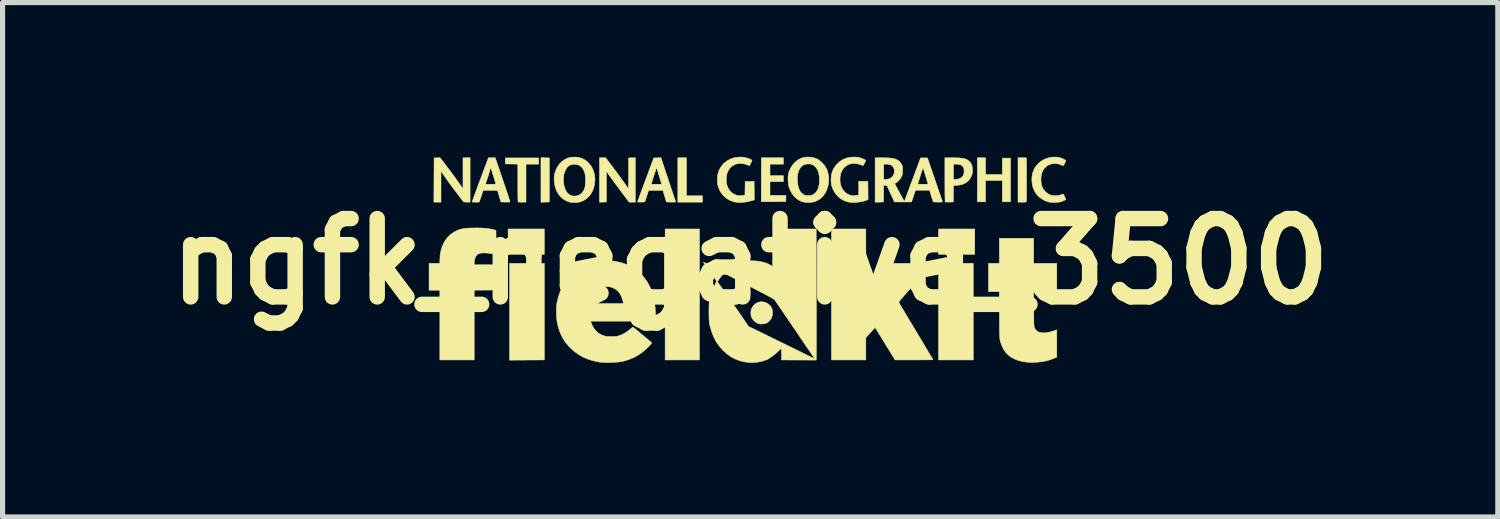
<source format=kicad_pcb>
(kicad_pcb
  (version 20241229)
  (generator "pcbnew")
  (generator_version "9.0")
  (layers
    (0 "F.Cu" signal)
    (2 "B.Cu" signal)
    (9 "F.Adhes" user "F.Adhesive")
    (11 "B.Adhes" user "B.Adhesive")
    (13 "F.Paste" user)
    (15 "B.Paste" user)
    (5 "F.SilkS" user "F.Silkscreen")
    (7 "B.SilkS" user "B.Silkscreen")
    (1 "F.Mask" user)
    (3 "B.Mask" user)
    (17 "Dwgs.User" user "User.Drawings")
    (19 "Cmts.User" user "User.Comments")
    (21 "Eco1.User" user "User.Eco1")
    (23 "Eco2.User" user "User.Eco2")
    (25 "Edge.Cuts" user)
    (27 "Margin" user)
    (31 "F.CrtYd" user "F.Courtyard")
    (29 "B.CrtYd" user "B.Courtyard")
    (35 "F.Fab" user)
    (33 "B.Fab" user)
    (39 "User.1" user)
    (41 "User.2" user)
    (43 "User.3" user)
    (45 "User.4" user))
  (footprint "ngfk_negative_3500"
    (layer "F.Cu")
    (at 11.546 2.037)
    (property "Reference" "ngfk_negative_3500" (at 0 0 0) (layer "F.SilkS") (effects (font (size 1.524 1.524) (thickness 0.3))))
    (attr through_hole)
    (fp_poly (pts (xy -4.006 -0.138) (xy -4.71 -0.138) (xy -4.71 -0.631) (xy -4.006 -0.631) (xy -4.006 -0.138)) (stroke (width 0.01) (type solid)) (fill yes) (layer "F.SilkS"))
    (fp_poly (pts (xy -0.987 1.916) (xy -1.655 1.916) (xy -1.655 -0.631) (xy -0.987 -0.631) (xy -0.987 1.916)) (stroke (width 0.01) (type solid)) (fill yes) (layer "F.SilkS"))
    (fp_poly (pts (xy 4.34 1.916) (xy 3.665 1.916) (xy 3.665 0.036) (xy 4.34 0.036) (xy 4.34 1.916)) (stroke (width 0.01) (type solid)) (fill yes) (layer "F.SilkS"))
    (fp_poly (pts (xy 4.369 -0.138) (xy 3.665 -0.138) (xy 3.665 -0.631) (xy 4.369 -0.631) (xy 4.369 -0.138)) (stroke (width 0.01) (type solid)) (fill yes) (layer "F.SilkS"))
    (fp_poly (pts (xy -4.006 1.916) (xy -4.343 1.918) (xy -4.681 1.92) (xy -4.681 0.036) (xy -4.006 0.036) (xy -4.006 1.916)) (stroke (width 0.01) (type solid)) (fill yes) (layer "F.SilkS"))
    (fp_poly (pts (xy -3.908 -2.014) (xy -3.908 -1.158) (xy -3.99 -1.155) (xy -4.071 -1.153) (xy -4.071 -2.018) (xy -3.908 -2.014)) (stroke (width 0.01) (type solid)) (fill yes) (layer "F.SilkS"))
    (fp_poly (pts (xy -1.241 -1.277) (xy -0.929 -1.277) (xy -0.929 -1.154) (xy -1.408 -1.154) (xy -1.408 -2.017) (xy -1.241 -2.017) (xy -1.241 -1.277)) (stroke (width 0.01) (type solid)) (fill yes) (layer "F.SilkS"))
    (fp_poly (pts (xy 4.579 -1.691) (xy 4.906 -1.691) (xy 4.906 -2.01) (xy 5.065 -2.01) (xy 5.065 -1.161) (xy 4.906 -1.161) (xy 4.906 -1.575) (xy 4.579 -1.575) (xy 4.579 -1.161) (xy 4.42 -1.161) (xy 4.42 -2.017) (xy 4.579 -2.017) (xy 4.579 -1.691)) (stroke (width 0.01) (type solid)) (fill yes) (layer "F.SilkS"))
    (fp_poly (pts (xy -4.114 -1.894) (xy -4.238 -1.894) (xy -4.362 -1.894) (xy -4.362 -1.154) (xy -4.437 -1.154) (xy -4.468 -1.154) (xy -4.494 -1.156) (xy -4.511 -1.157) (xy -4.516 -1.159) (xy -4.517 -1.167) (xy -4.518 -1.188) (xy -4.519 -1.221) (xy -4.52 -1.264) (xy -4.52 -1.316) (xy -4.521 -1.376) (xy -4.521 -1.441) (xy -4.521 -1.512) (xy -4.521 -1.529) (xy -4.521 -1.894) (xy -4.643 -1.896) (xy -4.764 -1.898) (xy -4.764 -2.014) (xy -4.118 -2.014) (xy -4.114 -1.894)) (stroke (width 0.01) (type solid)) (fill yes) (layer "F.SilkS"))
    (fp_poly (pts (xy 0.646 -1.894) (xy 0.385 -1.894) (xy 0.385 -1.669) (xy 0.646 -1.669) (xy 0.646 -1.553) (xy 0.385 -1.553) (xy 0.385 -1.285) (xy 0.697 -1.285) (xy 0.693 -1.165) (xy 0.457 -1.163) (xy 0.4 -1.162) (xy 0.347 -1.162) (xy 0.301 -1.162) (xy 0.264 -1.163) (xy 0.236 -1.163) (xy 0.22 -1.164) (xy 0.217 -1.164) (xy 0.217 -1.172) (xy 0.216 -1.193) (xy 0.216 -1.225) (xy 0.216 -1.269) (xy 0.216 -1.322) (xy 0.215 -1.383) (xy 0.216 -1.45) (xy 0.216 -1.524) (xy 0.216 -1.592) (xy 0.218 -2.017) (xy 0.646 -2.017) (xy 0.646 -1.894)) (stroke (width 0.01) (type solid)) (fill yes) (layer "F.SilkS"))
    (fp_poly (pts (xy 5.373 -1.995) (xy 5.374 -1.983) (xy 5.375 -1.958) (xy 5.375 -1.923) (xy 5.376 -1.878) (xy 5.377 -1.825) (xy 5.377 -1.765) (xy 5.377 -1.702) (xy 5.377 -1.635) (xy 5.377 -1.567) (xy 5.377 -1.5) (xy 5.377 -1.434) (xy 5.377 -1.372) (xy 5.376 -1.316) (xy 5.376 -1.266) (xy 5.375 -1.225) (xy 5.374 -1.194) (xy 5.374 -1.175) (xy 5.373 -1.17) (xy 5.37 -1.163) (xy 5.365 -1.158) (xy 5.355 -1.156) (xy 5.336 -1.154) (xy 5.308 -1.154) (xy 5.29 -1.154) (xy 5.211 -1.154) (xy 5.211 -2.017) (xy 5.368 -2.017) (xy 5.373 -1.995)) (stroke (width 0.01) (type solid)) (fill yes) (layer "F.SilkS"))
    (fp_poly (pts (xy 0.272 0.79) (xy 0.321 0.808) (xy 0.364 0.837) (xy 0.393 0.867) (xy 0.415 0.9) (xy 0.428 0.934) (xy 0.434 0.973) (xy 0.435 1.006) (xy 0.428 1.061) (xy 0.409 1.111) (xy 0.377 1.154) (xy 0.335 1.189) (xy 0.318 1.198) (xy 0.287 1.209) (xy 0.248 1.215) (xy 0.208 1.217) (xy 0.173 1.213) (xy 0.157 1.209) (xy 0.11 1.185) (xy 0.07 1.15) (xy 0.038 1.108) (xy 0.022 1.072) (xy 0.015 1.038) (xy 0.013 0.998) (xy 0.016 0.959) (xy 0.022 0.931) (xy 0.044 0.886) (xy 0.077 0.845) (xy 0.118 0.813) (xy 0.164 0.792) (xy 0.17 0.79) (xy 0.22 0.784) (xy 0.272 0.79)) (stroke (width 0.01) (type solid)) (fill yes) (layer "F.SilkS"))
    (fp_poly (pts (xy -5.987 -1.958) (xy -5.931 -1.884) (xy -5.875 -1.811) (xy -5.822 -1.74) (xy -5.773 -1.673) (xy -5.729 -1.613) (xy -5.691 -1.56) (xy -5.66 -1.517) (xy -5.655 -1.51) (xy -5.588 -1.413) (xy -5.588 -2.017) (xy -5.45 -2.017) (xy -5.45 -1.153) (xy -5.513 -1.155) (xy -5.576 -1.158) (xy -5.705 -1.328) (xy -5.74 -1.374) (xy -5.774 -1.419) (xy -5.805 -1.46) (xy -5.832 -1.496) (xy -5.853 -1.525) (xy -5.867 -1.544) (xy -5.868 -1.546) (xy -5.885 -1.57) (xy -5.908 -1.603) (xy -5.933 -1.639) (xy -5.957 -1.674) (xy -5.959 -1.676) (xy -6.016 -1.759) (xy -6.016 -1.154) (xy -6.154 -1.154) (xy -6.152 -1.584) (xy -6.15 -2.014) (xy -6.092 -2.016) (xy -6.033 -2.018) (xy -5.987 -1.958)) (stroke (width 0.01) (type solid)) (fill yes) (layer "F.SilkS"))
    (fp_poly (pts (xy -2.235 -1.154) (xy -2.295 -1.154) (xy -2.355 -1.154) (xy -2.455 -1.287) (xy -2.526 -1.382) (xy -2.59 -1.467) (xy -2.644 -1.541) (xy -2.69 -1.604) (xy -2.727 -1.655) (xy -2.753 -1.693) (xy -2.771 -1.719) (xy -2.785 -1.74) (xy -2.794 -1.753) (xy -2.797 -1.756) (xy -2.797 -1.749) (xy -2.797 -1.729) (xy -2.797 -1.698) (xy -2.797 -1.656) (xy -2.798 -1.606) (xy -2.798 -1.549) (xy -2.798 -1.487) (xy -2.798 -1.457) (xy -2.798 -1.158) (xy -2.865 -1.155) (xy -2.932 -1.153) (xy -2.932 -2.017) (xy -2.872 -2.017) (xy -2.812 -2.017) (xy -2.786 -1.983) (xy -2.741 -1.923) (xy -2.694 -1.861) (xy -2.648 -1.799) (xy -2.602 -1.738) (xy -2.559 -1.68) (xy -2.52 -1.626) (xy -2.486 -1.579) (xy -2.458 -1.541) (xy -2.438 -1.513) (xy -2.417 -1.482) (xy -2.397 -1.455) (xy -2.383 -1.434) (xy -2.374 -1.422) (xy -2.372 -1.42) (xy -2.371 -1.425) (xy -2.37 -1.444) (xy -2.369 -1.474) (xy -2.368 -1.515) (xy -2.367 -1.564) (xy -2.367 -1.62) (xy -2.366 -1.682) (xy -2.366 -1.714) (xy -2.366 -2.014) (xy -2.301 -2.016) (xy -2.235 -2.018) (xy -2.235 -1.154)) (stroke (width 0.01) (type solid)) (fill yes) (layer "F.SilkS"))
    (fp_poly (pts (xy -5.215 -0.65) (xy -5.14 -0.644) (xy -5.073 -0.635) (xy -5.012 -0.623) (xy -5.008 -0.622) (xy -4.946 -0.606) (xy -4.944 -0.368) (xy -4.943 -0.311) (xy -4.943 -0.259) (xy -4.943 -0.214) (xy -4.943 -0.176) (xy -4.944 -0.149) (xy -4.944 -0.134) (xy -4.944 -0.131) (xy -4.952 -0.132) (xy -4.97 -0.137) (xy -4.996 -0.143) (xy -5.004 -0.146) (xy -5.047 -0.154) (xy -5.094 -0.161) (xy -5.143 -0.165) (xy -5.189 -0.166) (xy -5.228 -0.164) (xy -5.252 -0.16) (xy -5.293 -0.145) (xy -5.324 -0.121) (xy -5.346 -0.087) (xy -5.361 -0.043) (xy -5.368 0.007) (xy -5.372 0.065) (xy -4.942 0.065) (xy -4.944 0.31) (xy -4.946 0.555) (xy -5.158 0.557) (xy -5.37 0.559) (xy -5.37 1.916) (xy -6.038 1.916) (xy -6.038 0.559) (xy -6.248 0.559) (xy -6.248 0.036) (xy -6.038 0.036) (xy -6.038 -0.032) (xy -6.032 -0.13) (xy -6.014 -0.223) (xy -5.986 -0.309) (xy -5.947 -0.387) (xy -5.898 -0.456) (xy -5.84 -0.516) (xy -5.772 -0.566) (xy -5.725 -0.591) (xy -5.687 -0.608) (xy -5.65 -0.622) (xy -5.614 -0.632) (xy -5.575 -0.64) (xy -5.53 -0.645) (xy -5.477 -0.649) (xy -5.413 -0.651) (xy -5.397 -0.651) (xy -5.3 -0.652) (xy -5.215 -0.65)) (stroke (width 0.01) (type solid)) (fill yes) (layer "F.SilkS"))
    (fp_poly (pts (xy 3.939 -2.017) (xy 4.012 -2.016) (xy 4.073 -2.014) (xy 4.123 -2.009) (xy 4.164 -2.001) (xy 4.197 -1.99) (xy 4.226 -1.976) (xy 4.251 -1.958) (xy 4.266 -1.944) (xy 4.291 -1.916) (xy 4.307 -1.887) (xy 4.318 -1.852) (xy 4.323 -1.808) (xy 4.324 -1.793) (xy 4.325 -1.755) (xy 4.323 -1.727) (xy 4.318 -1.702) (xy 4.312 -1.682) (xy 4.284 -1.622) (xy 4.246 -1.572) (xy 4.198 -1.533) (xy 4.141 -1.504) (xy 4.075 -1.487) (xy 4.026 -1.482) (xy 3.955 -1.479) (xy 3.952 -1.158) (xy 3.875 -1.155) (xy 3.843 -1.155) (xy 3.816 -1.156) (xy 3.799 -1.157) (xy 3.793 -1.158) (xy 3.792 -1.166) (xy 3.792 -1.188) (xy 3.791 -1.221) (xy 3.79 -1.265) (xy 3.789 -1.318) (xy 3.789 -1.379) (xy 3.789 -1.447) (xy 3.788 -1.521) (xy 3.788 -1.591) (xy 3.788 -1.894) (xy 3.955 -1.894) (xy 3.955 -1.597) (xy 3.99 -1.597) (xy 4.019 -1.599) (xy 4.051 -1.605) (xy 4.062 -1.607) (xy 4.099 -1.625) (xy 4.125 -1.647) (xy 4.143 -1.67) (xy 4.154 -1.692) (xy 4.16 -1.718) (xy 4.162 -1.753) (xy 4.162 -1.763) (xy 4.157 -1.809) (xy 4.142 -1.844) (xy 4.117 -1.87) (xy 4.081 -1.886) (xy 4.033 -1.893) (xy 4.012 -1.894) (xy 3.955 -1.894) (xy 3.788 -1.894) (xy 3.788 -2.017) (xy 3.939 -2.017)) (stroke (width 0.01) (type solid)) (fill yes) (layer "F.SilkS"))
    (fp_poly (pts (xy 5.515 0.036) (xy 5.965 0.036) (xy 5.965 0.588) (xy 5.515 0.588) (xy 5.517 0.927) (xy 5.517 1.006) (xy 5.518 1.072) (xy 5.518 1.126) (xy 5.519 1.169) (xy 5.52 1.204) (xy 5.521 1.231) (xy 5.523 1.251) (xy 5.524 1.266) (xy 5.527 1.278) (xy 5.529 1.287) (xy 5.533 1.295) (xy 5.535 1.3) (xy 5.561 1.338) (xy 5.597 1.366) (xy 5.642 1.383) (xy 5.696 1.39) (xy 5.759 1.387) (xy 5.83 1.373) (xy 5.895 1.354) (xy 5.965 1.33) (xy 5.965 1.596) (xy 5.965 1.861) (xy 5.909 1.885) (xy 5.831 1.914) (xy 5.753 1.936) (xy 5.671 1.951) (xy 5.582 1.96) (xy 5.53 1.962) (xy 5.488 1.963) (xy 5.443 1.963) (xy 5.403 1.961) (xy 5.378 1.959) (xy 5.281 1.943) (xy 5.193 1.918) (xy 5.115 1.884) (xy 5.047 1.842) (xy 4.991 1.791) (xy 4.977 1.775) (xy 4.942 1.726) (xy 4.91 1.667) (xy 4.883 1.602) (xy 4.868 1.557) (xy 4.865 1.545) (xy 4.862 1.533) (xy 4.86 1.52) (xy 4.858 1.505) (xy 4.856 1.487) (xy 4.855 1.465) (xy 4.854 1.437) (xy 4.853 1.402) (xy 4.852 1.359) (xy 4.851 1.307) (xy 4.851 1.245) (xy 4.85 1.171) (xy 4.85 1.084) (xy 4.85 1.043) (xy 4.847 0.588) (xy 4.637 0.588) (xy 4.637 0.036) (xy 4.848 0.036) (xy 4.848 -0.45) (xy 5.515 -0.45) (xy 5.515 0.036)) (stroke (width 0.01) (type solid)) (fill yes) (layer "F.SilkS"))
    (fp_poly (pts (xy -0.14 -2.029) (xy -0.087 -2.019) (xy -0.037 -2.005) (xy 0.006 -1.987) (xy 0.036 -1.969) (xy 0.034 -1.962) (xy 0.027 -1.946) (xy 0.017 -1.924) (xy 0.005 -1.899) (xy -0.007 -1.876) (xy -0.012 -1.866) (xy -0.019 -1.867) (xy -0.037 -1.872) (xy -0.061 -1.881) (xy -0.067 -1.883) (xy -0.117 -1.898) (xy -0.168 -1.906) (xy -0.174 -1.906) (xy -0.237 -1.904) (xy -0.294 -1.888) (xy -0.346 -1.861) (xy -0.39 -1.821) (xy -0.425 -1.772) (xy -0.45 -1.713) (xy -0.451 -1.713) (xy -0.459 -1.673) (xy -0.464 -1.625) (xy -0.465 -1.574) (xy -0.461 -1.526) (xy -0.455 -1.491) (xy -0.432 -1.431) (xy -0.399 -1.379) (xy -0.358 -1.337) (xy -0.31 -1.306) (xy -0.257 -1.286) (xy -0.199 -1.279) (xy -0.143 -1.284) (xy -0.102 -1.293) (xy -0.1 -1.425) (xy -0.098 -1.557) (xy 0.076 -1.557) (xy 0.078 -1.377) (xy 0.08 -1.198) (xy 0.029 -1.183) (xy -0.062 -1.161) (xy -0.149 -1.149) (xy -0.229 -1.148) (xy -0.302 -1.157) (xy -0.317 -1.161) (xy -0.391 -1.187) (xy -0.457 -1.225) (xy -0.515 -1.273) (xy -0.562 -1.331) (xy -0.595 -1.387) (xy -0.615 -1.436) (xy -0.629 -1.482) (xy -0.636 -1.529) (xy -0.639 -1.584) (xy -0.64 -1.603) (xy -0.633 -1.682) (xy -0.613 -1.756) (xy -0.579 -1.824) (xy -0.533 -1.886) (xy -0.505 -1.915) (xy -0.443 -1.962) (xy -0.374 -1.998) (xy -0.298 -2.021) (xy -0.216 -2.031) (xy -0.192 -2.032) (xy -0.14 -2.029)) (stroke (width 0.01) (type solid)) (fill yes) (layer "F.SilkS"))
    (fp_poly (pts (xy -1.594 -1.591) (xy -1.569 -1.516) (xy -1.545 -1.445) (xy -1.523 -1.379) (xy -1.503 -1.319) (xy -1.486 -1.267) (xy -1.472 -1.224) (xy -1.461 -1.191) (xy -1.454 -1.169) (xy -1.451 -1.159) (xy -1.451 -1.159) (xy -1.458 -1.157) (xy -1.477 -1.156) (xy -1.504 -1.155) (xy -1.538 -1.155) (xy -1.54 -1.155) (xy -1.629 -1.158) (xy -1.649 -1.219) (xy -1.66 -1.256) (xy -1.672 -1.295) (xy -1.682 -1.33) (xy -1.684 -1.334) (xy -1.699 -1.386) (xy -1.838 -1.384) (xy -1.976 -1.382) (xy -2.014 -1.27) (xy -2.051 -1.158) (xy -2.121 -1.155) (xy -2.151 -1.155) (xy -2.175 -1.156) (xy -2.189 -1.158) (xy -2.192 -1.159) (xy -2.189 -1.167) (xy -2.182 -1.187) (xy -2.171 -1.217) (xy -2.157 -1.257) (xy -2.139 -1.304) (xy -2.12 -1.358) (xy -2.098 -1.417) (xy -2.075 -1.479) (xy -2.066 -1.502) (xy -1.925 -1.502) (xy -1.722 -1.502) (xy -1.769 -1.656) (xy -1.782 -1.702) (xy -1.795 -1.743) (xy -1.805 -1.778) (xy -1.813 -1.804) (xy -1.818 -1.819) (xy -1.819 -1.822) (xy -1.822 -1.818) (xy -1.828 -1.802) (xy -1.838 -1.777) (xy -1.849 -1.744) (xy -1.862 -1.706) (xy -1.875 -1.666) (xy -1.889 -1.624) (xy -1.901 -1.584) (xy -1.912 -1.547) (xy -1.92 -1.519) (xy -1.925 -1.502) (xy -2.066 -1.502) (xy -2.051 -1.544) (xy -2.027 -1.609) (xy -2.003 -1.673) (xy -1.98 -1.736) (xy -1.958 -1.794) (xy -1.938 -1.848) (xy -1.921 -1.895) (xy -1.906 -1.933) (xy -1.895 -1.963) (xy -1.888 -1.981) (xy -1.875 -2.014) (xy -1.806 -2.016) (xy -1.736 -2.018) (xy -1.594 -1.591)) (stroke (width 0.01) (type solid)) (fill yes) (layer "F.SilkS"))
    (fp_poly (pts (xy 2.072 -2.03) (xy 2.106 -2.025) (xy 2.132 -2.018) (xy 2.161 -2.009) (xy 2.191 -1.997) (xy 2.217 -1.986) (xy 2.238 -1.976) (xy 2.249 -1.968) (xy 2.25 -1.966) (xy 2.247 -1.958) (xy 2.238 -1.941) (xy 2.227 -1.92) (xy 2.216 -1.898) (xy 2.205 -1.879) (xy 2.198 -1.867) (xy 2.195 -1.865) (xy 2.188 -1.867) (xy 2.171 -1.874) (xy 2.147 -1.883) (xy 2.144 -1.884) (xy 2.077 -1.902) (xy 2.014 -1.907) (xy 1.954 -1.9) (xy 1.9 -1.88) (xy 1.851 -1.848) (xy 1.81 -1.805) (xy 1.778 -1.752) (xy 1.762 -1.711) (xy 1.753 -1.668) (xy 1.748 -1.617) (xy 1.748 -1.565) (xy 1.753 -1.517) (xy 1.756 -1.502) (xy 1.777 -1.44) (xy 1.808 -1.388) (xy 1.847 -1.344) (xy 1.894 -1.311) (xy 1.946 -1.289) (xy 2.003 -1.279) (xy 2.062 -1.283) (xy 2.07 -1.284) (xy 2.112 -1.293) (xy 2.112 -1.561) (xy 2.29 -1.557) (xy 2.292 -1.38) (xy 2.294 -1.204) (xy 2.267 -1.193) (xy 2.214 -1.175) (xy 2.152 -1.161) (xy 2.086 -1.152) (xy 2.02 -1.148) (xy 1.958 -1.15) (xy 1.905 -1.157) (xy 1.903 -1.158) (xy 1.833 -1.181) (xy 1.768 -1.217) (xy 1.71 -1.263) (xy 1.66 -1.32) (xy 1.62 -1.384) (xy 1.591 -1.454) (xy 1.585 -1.474) (xy 1.578 -1.513) (xy 1.574 -1.561) (xy 1.573 -1.597) (xy 1.579 -1.675) (xy 1.597 -1.746) (xy 1.627 -1.811) (xy 1.67 -1.873) (xy 1.692 -1.897) (xy 1.745 -1.945) (xy 1.807 -1.984) (xy 1.863 -2.008) (xy 1.909 -2.021) (xy 1.962 -2.028) (xy 2.018 -2.032) (xy 2.072 -2.03)) (stroke (width 0.01) (type solid)) (fill yes) (layer "F.SilkS"))
    (fp_poly (pts (xy -5.027 -2.017) (xy -4.96 -2.017) (xy -4.922 -1.903) (xy -4.911 -1.871) (xy -4.896 -1.828) (xy -4.878 -1.775) (xy -4.857 -1.715) (xy -4.835 -1.649) (xy -4.812 -1.581) (xy -4.788 -1.512) (xy -4.778 -1.482) (xy -4.756 -1.419) (xy -4.736 -1.359) (xy -4.718 -1.304) (xy -4.702 -1.257) (xy -4.69 -1.218) (xy -4.68 -1.188) (xy -4.675 -1.17) (xy -4.674 -1.165) (xy -4.675 -1.16) (xy -4.682 -1.157) (xy -4.697 -1.155) (xy -4.721 -1.155) (xy -4.757 -1.155) (xy -4.762 -1.155) (xy -4.85 -1.158) (xy -4.917 -1.382) (xy -5.055 -1.384) (xy -5.193 -1.386) (xy -5.225 -1.294) (xy -5.237 -1.257) (xy -5.249 -1.223) (xy -5.258 -1.196) (xy -5.265 -1.179) (xy -5.265 -1.177) (xy -5.275 -1.154) (xy -5.34 -1.154) (xy -5.37 -1.154) (xy -5.393 -1.156) (xy -5.407 -1.158) (xy -5.409 -1.159) (xy -5.407 -1.167) (xy -5.4 -1.187) (xy -5.389 -1.218) (xy -5.375 -1.259) (xy -5.356 -1.31) (xy -5.335 -1.368) (xy -5.311 -1.432) (xy -5.286 -1.502) (xy -5.286 -1.502) (xy -5.152 -1.502) (xy -5.05 -1.502) (xy -5.014 -1.502) (xy -4.983 -1.503) (xy -4.961 -1.504) (xy -4.95 -1.506) (xy -4.949 -1.506) (xy -4.951 -1.514) (xy -4.957 -1.534) (xy -4.965 -1.562) (xy -4.976 -1.597) (xy -4.987 -1.636) (xy -5 -1.677) (xy -5.012 -1.717) (xy -5.023 -1.755) (xy -5.033 -1.786) (xy -5.041 -1.81) (xy -5.045 -1.824) (xy -5.046 -1.826) (xy -5.049 -1.821) (xy -5.055 -1.804) (xy -5.063 -1.779) (xy -5.072 -1.748) (xy -5.085 -1.706) (xy -5.1 -1.657) (xy -5.116 -1.609) (xy -5.124 -1.585) (xy -5.152 -1.502) (xy -5.286 -1.502) (xy -5.258 -1.576) (xy -5.252 -1.591) (xy -5.093 -2.017) (xy -5.027 -2.017)) (stroke (width 0.01) (type solid)) (fill yes) (layer "F.SilkS"))
    (fp_poly (pts (xy -3.374 -2.03) (xy -3.337 -2.025) (xy -3.336 -2.025) (xy -3.269 -2.004) (xy -3.208 -1.971) (xy -3.154 -1.927) (xy -3.108 -1.873) (xy -3.07 -1.811) (xy -3.043 -1.743) (xy -3.026 -1.669) (xy -3.02 -1.592) (xy -3.022 -1.564) (xy -3.033 -1.48) (xy -3.055 -1.403) (xy -3.087 -1.335) (xy -3.129 -1.275) (xy -3.18 -1.225) (xy -3.239 -1.187) (xy -3.3 -1.161) (xy -3.35 -1.15) (xy -3.406 -1.146) (xy -3.463 -1.148) (xy -3.515 -1.156) (xy -3.541 -1.164) (xy -3.608 -1.195) (xy -3.667 -1.237) (xy -3.716 -1.291) (xy -3.757 -1.354) (xy -3.787 -1.427) (xy -3.807 -1.509) (xy -3.812 -1.547) (xy -3.814 -1.61) (xy -3.634 -1.61) (xy -3.632 -1.544) (xy -3.623 -1.481) (xy -3.607 -1.422) (xy -3.584 -1.372) (xy -3.556 -1.332) (xy -3.554 -1.329) (xy -3.513 -1.297) (xy -3.467 -1.277) (xy -3.417 -1.271) (xy -3.364 -1.278) (xy -3.343 -1.285) (xy -3.301 -1.308) (xy -3.265 -1.343) (xy -3.238 -1.384) (xy -3.224 -1.416) (xy -3.214 -1.45) (xy -3.208 -1.488) (xy -3.205 -1.533) (xy -3.204 -1.582) (xy -3.206 -1.648) (xy -3.213 -1.702) (xy -3.226 -1.748) (xy -3.245 -1.788) (xy -3.264 -1.818) (xy -3.3 -1.854) (xy -3.342 -1.878) (xy -3.389 -1.891) (xy -3.438 -1.892) (xy -3.486 -1.882) (xy -3.531 -1.859) (xy -3.545 -1.849) (xy -3.566 -1.826) (xy -3.586 -1.793) (xy -3.605 -1.753) (xy -3.62 -1.712) (xy -3.628 -1.676) (xy -3.634 -1.61) (xy -3.814 -1.61) (xy -3.815 -1.625) (xy -3.805 -1.701) (xy -3.783 -1.773) (xy -3.751 -1.839) (xy -3.71 -1.898) (xy -3.659 -1.948) (xy -3.601 -1.988) (xy -3.545 -2.013) (xy -3.51 -2.022) (xy -3.466 -2.028) (xy -3.419 -2.031) (xy -3.374 -2.03)) (stroke (width 0.01) (type solid)) (fill yes) (layer "F.SilkS"))
    (fp_poly (pts (xy 1.183 -2.029) (xy 1.25 -2.014) (xy 1.306 -1.992) (xy 1.34 -1.971) (xy 1.378 -1.94) (xy 1.414 -1.905) (xy 1.446 -1.867) (xy 1.46 -1.848) (xy 1.494 -1.783) (xy 1.516 -1.711) (xy 1.527 -1.634) (xy 1.527 -1.555) (xy 1.515 -1.476) (xy 1.497 -1.412) (xy 1.464 -1.339) (xy 1.422 -1.277) (xy 1.371 -1.226) (xy 1.312 -1.188) (xy 1.246 -1.161) (xy 1.174 -1.147) (xy 1.095 -1.147) (xy 1.085 -1.148) (xy 1.018 -1.161) (xy 0.955 -1.187) (xy 0.898 -1.226) (xy 0.847 -1.276) (xy 0.805 -1.336) (xy 0.77 -1.406) (xy 0.753 -1.456) (xy 0.744 -1.5) (xy 0.738 -1.55) (xy 0.736 -1.597) (xy 0.918 -1.597) (xy 0.923 -1.516) (xy 0.936 -1.447) (xy 0.957 -1.39) (xy 0.987 -1.344) (xy 1.026 -1.309) (xy 1.07 -1.286) (xy 1.099 -1.28) (xy 1.136 -1.28) (xy 1.175 -1.284) (xy 1.21 -1.294) (xy 1.224 -1.3) (xy 1.261 -1.326) (xy 1.293 -1.363) (xy 1.319 -1.411) (xy 1.33 -1.441) (xy 1.34 -1.486) (xy 1.346 -1.54) (xy 1.347 -1.598) (xy 1.344 -1.655) (xy 1.336 -1.707) (xy 1.33 -1.732) (xy 1.307 -1.788) (xy 1.278 -1.832) (xy 1.242 -1.865) (xy 1.226 -1.875) (xy 1.203 -1.887) (xy 1.182 -1.894) (xy 1.159 -1.897) (xy 1.132 -1.898) (xy 1.08 -1.893) (xy 1.037 -1.877) (xy 1 -1.85) (xy 0.978 -1.825) (xy 0.953 -1.785) (xy 0.935 -1.741) (xy 0.924 -1.69) (xy 0.919 -1.63) (xy 0.918 -1.597) (xy 0.736 -1.597) (xy 0.736 -1.604) (xy 0.737 -1.656) (xy 0.743 -1.702) (xy 0.75 -1.734) (xy 0.781 -1.807) (xy 0.821 -1.871) (xy 0.868 -1.926) (xy 0.922 -1.971) (xy 0.982 -2.004) (xy 1.044 -2.024) (xy 1.112 -2.032) (xy 1.183 -2.029)) (stroke (width 0.01) (type solid)) (fill yes) (layer "F.SilkS"))
    (fp_poly (pts (xy 6.002 -2.025) (xy 6.028 -2.018) (xy 6.058 -2.008) (xy 6.087 -1.996) (xy 6.112 -1.983) (xy 6.131 -1.972) (xy 6.139 -1.963) (xy 6.14 -1.962) (xy 6.136 -1.95) (xy 6.128 -1.931) (xy 6.118 -1.908) (xy 6.107 -1.886) (xy 6.097 -1.871) (xy 6.095 -1.868) (xy 6.086 -1.865) (xy 6.068 -1.87) (xy 6.054 -1.877) (xy 5.996 -1.898) (xy 5.936 -1.906) (xy 5.878 -1.902) (xy 5.823 -1.886) (xy 5.773 -1.858) (xy 5.73 -1.819) (xy 5.706 -1.787) (xy 5.683 -1.745) (xy 5.668 -1.703) (xy 5.66 -1.657) (xy 5.657 -1.601) (xy 5.657 -1.597) (xy 5.66 -1.539) (xy 5.667 -1.492) (xy 5.681 -1.45) (xy 5.702 -1.409) (xy 5.711 -1.395) (xy 5.751 -1.349) (xy 5.8 -1.313) (xy 5.856 -1.289) (xy 5.86 -1.288) (xy 5.909 -1.279) (xy 5.963 -1.279) (xy 6.015 -1.287) (xy 6.052 -1.299) (xy 6.074 -1.307) (xy 6.09 -1.311) (xy 6.095 -1.309) (xy 6.101 -1.299) (xy 6.11 -1.28) (xy 6.12 -1.257) (xy 6.129 -1.234) (xy 6.137 -1.215) (xy 6.14 -1.205) (xy 6.14 -1.205) (xy 6.133 -1.199) (xy 6.116 -1.191) (xy 6.092 -1.18) (xy 6.08 -1.175) (xy 6.052 -1.165) (xy 6.028 -1.158) (xy 6.004 -1.153) (xy 5.975 -1.151) (xy 5.937 -1.149) (xy 5.933 -1.149) (xy 5.875 -1.149) (xy 5.83 -1.153) (xy 5.804 -1.158) (xy 5.74 -1.18) (xy 5.678 -1.214) (xy 5.621 -1.256) (xy 5.574 -1.305) (xy 5.546 -1.345) (xy 5.511 -1.416) (xy 5.489 -1.492) (xy 5.48 -1.571) (xy 5.483 -1.651) (xy 5.499 -1.729) (xy 5.528 -1.802) (xy 5.566 -1.862) (xy 5.616 -1.915) (xy 5.674 -1.96) (xy 5.739 -1.994) (xy 5.809 -2.018) (xy 5.883 -2.03) (xy 5.958 -2.031) (xy 6.002 -2.025)) (stroke (width 0.01) (type solid)) (fill yes) (layer "F.SilkS"))
    (fp_poly (pts (xy 2.251 0.011) (xy 2.253 0.653) (xy 2.404 0.477) (xy 2.441 0.433) (xy 2.476 0.393) (xy 2.506 0.357) (xy 2.532 0.326) (xy 2.552 0.304) (xy 2.564 0.29) (xy 2.567 0.287) (xy 2.577 0.275) (xy 2.595 0.254) (xy 2.62 0.226) (xy 2.649 0.191) (xy 2.682 0.152) (xy 2.718 0.111) (xy 2.742 0.082) (xy 2.781 0.036) (xy 3.543 0.036) (xy 3.529 0.053) (xy 3.521 0.064) (xy 3.504 0.084) (xy 3.478 0.113) (xy 3.446 0.15) (xy 3.407 0.194) (xy 3.363 0.245) (xy 3.315 0.3) (xy 3.262 0.36) (xy 3.207 0.423) (xy 3.149 0.489) (xy 3.09 0.556) (xy 3.056 0.594) (xy 3.019 0.637) (xy 2.984 0.676) (xy 2.954 0.712) (xy 2.928 0.741) (xy 2.91 0.763) (xy 2.899 0.777) (xy 2.897 0.779) (xy 2.894 0.785) (xy 2.894 0.793) (xy 2.898 0.804) (xy 2.905 0.82) (xy 2.917 0.843) (xy 2.936 0.874) (xy 2.96 0.915) (xy 2.969 0.929) (xy 2.994 0.97) (xy 3.017 1.008) (xy 3.036 1.041) (xy 3.052 1.066) (xy 3.061 1.082) (xy 3.063 1.085) (xy 3.07 1.098) (xy 3.084 1.121) (xy 3.102 1.152) (xy 3.124 1.188) (xy 3.148 1.227) (xy 3.15 1.23) (xy 3.173 1.269) (xy 3.195 1.306) (xy 3.214 1.337) (xy 3.228 1.361) (xy 3.236 1.375) (xy 3.237 1.375) (xy 3.244 1.388) (xy 3.258 1.411) (xy 3.276 1.442) (xy 3.298 1.478) (xy 3.322 1.517) (xy 3.324 1.52) (xy 3.349 1.562) (xy 3.374 1.604) (xy 3.397 1.642) (xy 3.415 1.674) (xy 3.427 1.695) (xy 3.443 1.721) (xy 3.464 1.756) (xy 3.486 1.794) (xy 3.506 1.826) (xy 3.525 1.857) (xy 3.54 1.883) (xy 3.551 1.902) (xy 3.556 1.911) (xy 3.556 1.912) (xy 3.549 1.913) (xy 3.529 1.913) (xy 3.497 1.914) (xy 3.454 1.915) (xy 3.403 1.915) (xy 3.344 1.915) (xy 3.278 1.916) (xy 3.208 1.916) (xy 3.188 1.916) (xy 2.819 1.916) (xy 2.769 1.834) (xy 2.745 1.795) (xy 2.717 1.749) (xy 2.689 1.703) (xy 2.663 1.662) (xy 2.615 1.583) (xy 2.575 1.517) (xy 2.54 1.46) (xy 2.511 1.414) (xy 2.488 1.376) (xy 2.469 1.346) (xy 2.455 1.323) (xy 2.444 1.307) (xy 2.436 1.296) (xy 2.431 1.289) (xy 2.428 1.287) (xy 2.425 1.286) (xy 2.424 1.288) (xy 2.422 1.291) (xy 2.421 1.293) (xy 2.413 1.302) (xy 2.398 1.32) (xy 2.377 1.343) (xy 2.352 1.37) (xy 2.35 1.372) (xy 2.325 1.401) (xy 2.301 1.427) (xy 2.281 1.449) (xy 2.269 1.463) (xy 2.269 1.463) (xy 2.25 1.486) (xy 2.25 1.916) (xy 1.582 1.916) (xy 1.582 -0.631) (xy 2.25 -0.631) (xy 2.251 0.011)) (stroke (width 0.01) (type solid)) (fill yes) (layer "F.SilkS"))
    (fp_poly (pts (xy 2.567 -2.017) (xy 2.637 -2.017) (xy 2.694 -2.014) (xy 2.741 -2.011) (xy 2.779 -2.005) (xy 2.811 -1.997) (xy 2.838 -1.987) (xy 2.841 -1.986) (xy 2.883 -1.962) (xy 2.914 -1.934) (xy 2.94 -1.898) (xy 2.943 -1.893) (xy 2.953 -1.875) (xy 2.959 -1.859) (xy 2.962 -1.841) (xy 2.964 -1.818) (xy 2.965 -1.786) (xy 2.965 -1.774) (xy 2.964 -1.737) (xy 2.963 -1.711) (xy 2.959 -1.69) (xy 2.953 -1.672) (xy 2.945 -1.654) (xy 2.915 -1.603) (xy 2.875 -1.559) (xy 2.842 -1.534) (xy 2.811 -1.515) (xy 2.887 -1.372) (xy 2.91 -1.329) (xy 2.932 -1.287) (xy 2.952 -1.251) (xy 2.968 -1.222) (xy 2.979 -1.202) (xy 2.981 -1.198) (xy 2.999 -1.166) (xy 3.014 -1.205) (xy 3.019 -1.219) (xy 3.029 -1.246) (xy 3.043 -1.283) (xy 3.06 -1.329) (xy 3.081 -1.384) (xy 3.103 -1.445) (xy 3.127 -1.509) (xy 3.261 -1.509) (xy 3.266 -1.506) (xy 3.278 -1.504) (xy 3.3 -1.503) (xy 3.332 -1.502) (xy 3.359 -1.502) (xy 3.396 -1.502) (xy 3.427 -1.503) (xy 3.449 -1.504) (xy 3.461 -1.505) (xy 3.462 -1.505) (xy 3.46 -1.513) (xy 3.454 -1.53) (xy 3.448 -1.55) (xy 3.441 -1.572) (xy 3.432 -1.604) (xy 3.42 -1.643) (xy 3.407 -1.686) (xy 3.399 -1.712) (xy 3.385 -1.758) (xy 3.374 -1.791) (xy 3.366 -1.811) (xy 3.361 -1.818) (xy 3.359 -1.817) (xy 3.355 -1.806) (xy 3.348 -1.784) (xy 3.338 -1.752) (xy 3.325 -1.714) (xy 3.312 -1.671) (xy 3.31 -1.664) (xy 3.296 -1.621) (xy 3.284 -1.582) (xy 3.273 -1.55) (xy 3.266 -1.526) (xy 3.261 -1.514) (xy 3.261 -1.513) (xy 3.261 -1.509) (xy 3.127 -1.509) (xy 3.128 -1.512) (xy 3.155 -1.583) (xy 3.172 -1.629) (xy 3.315 -2.014) (xy 3.449 -2.014) (xy 3.485 -1.909) (xy 3.496 -1.877) (xy 3.511 -1.834) (xy 3.529 -1.781) (xy 3.549 -1.723) (xy 3.571 -1.66) (xy 3.593 -1.596) (xy 3.611 -1.542) (xy 3.632 -1.481) (xy 3.652 -1.421) (xy 3.671 -1.365) (xy 3.689 -1.315) (xy 3.703 -1.273) (xy 3.714 -1.241) (xy 3.721 -1.22) (xy 3.732 -1.188) (xy 3.737 -1.168) (xy 3.736 -1.158) (xy 3.734 -1.157) (xy 3.724 -1.156) (xy 3.702 -1.155) (xy 3.673 -1.155) (xy 3.643 -1.155) (xy 3.561 -1.158) (xy 3.552 -1.187) (xy 3.546 -1.205) (xy 3.537 -1.233) (xy 3.526 -1.268) (xy 3.516 -1.301) (xy 3.49 -1.386) (xy 3.216 -1.386) (xy 3.178 -1.272) (xy 3.139 -1.158) (xy 2.807 -1.158) (xy 2.733 -1.317) (xy 2.659 -1.477) (xy 2.629 -1.479) (xy 2.598 -1.481) (xy 2.594 -1.158) (xy 2.513 -1.155) (xy 2.431 -1.153) (xy 2.431 -1.597) (xy 2.598 -1.597) (xy 2.631 -1.597) (xy 2.66 -1.599) (xy 2.691 -1.603) (xy 2.697 -1.605) (xy 2.735 -1.622) (xy 2.767 -1.649) (xy 2.79 -1.685) (xy 2.803 -1.727) (xy 2.805 -1.772) (xy 2.802 -1.792) (xy 2.788 -1.832) (xy 2.765 -1.861) (xy 2.731 -1.881) (xy 2.686 -1.892) (xy 2.651 -1.894) (xy 2.598 -1.894) (xy 2.598 -1.597) (xy 2.431 -1.597) (xy 2.431 -2.017) (xy 2.567 -2.017)) (stroke (width 0.01) (type solid)) (fill yes) (layer "F.SilkS"))
    (fp_poly (pts (xy -2.739 -0.01) (xy -2.669 -0.006) (xy -2.605 0.002) (xy -2.587 0.006) (xy -2.478 0.033) (xy -2.38 0.069) (xy -2.291 0.115) (xy -2.208 0.171) (xy -2.141 0.229) (xy -2.067 0.309) (xy -2.004 0.397) (xy -1.951 0.494) (xy -1.909 0.6) (xy -1.876 0.716) (xy -1.861 0.787) (xy -1.858 0.811) (xy -1.855 0.844) (xy -1.851 0.885) (xy -1.848 0.929) (xy -1.845 0.976) (xy -1.843 1.022) (xy -1.841 1.064) (xy -1.84 1.101) (xy -1.84 1.13) (xy -1.841 1.148) (xy -1.841 1.152) (xy -1.845 1.154) (xy -1.854 1.155) (xy -1.87 1.156) (xy -1.894 1.158) (xy -1.926 1.158) (xy -1.967 1.159) (xy -2.017 1.16) (xy -2.078 1.16) (xy -2.151 1.161) (xy -2.235 1.161) (xy -2.332 1.161) (xy -2.443 1.161) (xy -2.475 1.161) (xy -3.106 1.161) (xy -3.089 1.208) (xy -3.057 1.276) (xy -3.015 1.336) (xy -2.963 1.386) (xy -2.932 1.409) (xy -2.916 1.417) (xy -2.892 1.428) (xy -2.864 1.439) (xy -2.859 1.441) (xy -2.836 1.449) (xy -2.816 1.455) (xy -2.796 1.459) (xy -2.771 1.461) (xy -2.739 1.461) (xy -2.703 1.462) (xy -2.661 1.461) (xy -2.628 1.46) (xy -2.603 1.458) (xy -2.581 1.453) (xy -2.557 1.447) (xy -2.544 1.442) (xy -2.475 1.414) (xy -2.41 1.376) (xy -2.344 1.326) (xy -2.34 1.323) (xy -2.317 1.303) (xy -2.298 1.288) (xy -2.285 1.279) (xy -2.282 1.277) (xy -2.276 1.282) (xy -2.26 1.293) (xy -2.24 1.31) (xy -2.216 1.329) (xy -2.192 1.349) (xy -2.171 1.367) (xy -2.166 1.371) (xy -2.156 1.38) (xy -2.137 1.396) (xy -2.111 1.418) (xy -2.079 1.444) (xy -2.044 1.474) (xy -2.036 1.48) (xy -2.001 1.509) (xy -1.97 1.536) (xy -1.945 1.557) (xy -1.927 1.573) (xy -1.918 1.581) (xy -1.917 1.582) (xy -1.921 1.592) (xy -1.933 1.609) (xy -1.953 1.632) (xy -1.979 1.659) (xy -2.009 1.688) (xy -2.042 1.718) (xy -2.075 1.747) (xy -2.105 1.771) (xy -2.187 1.827) (xy -2.281 1.876) (xy -2.384 1.916) (xy -2.489 1.946) (xy -2.523 1.952) (xy -2.568 1.957) (xy -2.622 1.961) (xy -2.681 1.963) (xy -2.741 1.965) (xy -2.801 1.965) (xy -2.857 1.964) (xy -2.905 1.961) (xy -2.943 1.957) (xy -2.949 1.955) (xy -3.06 1.931) (xy -3.16 1.899) (xy -3.251 1.86) (xy -3.335 1.813) (xy -3.416 1.755) (xy -3.443 1.733) (xy -3.525 1.656) (xy -3.594 1.572) (xy -3.652 1.481) (xy -3.699 1.382) (xy -3.735 1.274) (xy -3.753 1.194) (xy -3.761 1.146) (xy -3.766 1.089) (xy -3.769 1.026) (xy -3.77 0.962) (xy -3.769 0.9) (xy -3.765 0.846) (xy -3.762 0.82) (xy -3.114 0.82) (xy -2.791 0.82) (xy -2.724 0.82) (xy -2.662 0.82) (xy -2.606 0.819) (xy -2.557 0.818) (xy -2.518 0.818) (xy -2.489 0.817) (xy -2.472 0.815) (xy -2.468 0.815) (xy -2.47 0.794) (xy -2.478 0.765) (xy -2.488 0.732) (xy -2.5 0.698) (xy -2.513 0.668) (xy -2.515 0.662) (xy -2.549 0.606) (xy -2.591 0.561) (xy -2.64 0.526) (xy -2.693 0.503) (xy -2.749 0.49) (xy -2.806 0.488) (xy -2.863 0.496) (xy -2.918 0.516) (xy -2.968 0.547) (xy -3.014 0.588) (xy -3.051 0.64) (xy -3.062 0.66) (xy -3.085 0.713) (xy -3.103 0.769) (xy -3.11 0.796) (xy -3.114 0.82) (xy -3.762 0.82) (xy -3.76 0.806) (xy -3.731 0.684) (xy -3.691 0.571) (xy -3.64 0.465) (xy -3.578 0.368) (xy -3.505 0.281) (xy -3.422 0.204) (xy -3.33 0.137) (xy -3.26 0.096) (xy -3.188 0.062) (xy -3.119 0.035) (xy -3.046 0.014) (xy -3.01 0.006) (xy -2.953 -0.003) (xy -2.886 -0.009) (xy -2.813 -0.011) (xy -2.739 -0.01)) (stroke (width 0.01) (type solid)) (fill yes) (layer "F.SilkS"))
    (fp_poly (pts (xy 1.286 0.643) (xy 1.286 0.778) (xy 1.287 0.909) (xy 1.287 1.035) (xy 1.287 1.156) (xy 1.287 1.27) (xy 1.287 1.378) (xy 1.287 1.478) (xy 1.286 1.57) (xy 1.286 1.653) (xy 1.286 1.726) (xy 1.286 1.788) (xy 1.286 1.839) (xy 1.285 1.878) (xy 1.285 1.904) (xy 1.285 1.917) (xy 1.285 1.918) (xy 1.277 1.919) (xy 1.256 1.919) (xy 1.223 1.919) (xy 1.181 1.919) (xy 1.129 1.918) (xy 1.071 1.918) (xy 1.006 1.918) (xy 0.945 1.918) (xy 0.61 1.916) (xy 0.61 1.803) (xy 0.609 1.765) (xy 0.609 1.732) (xy 0.608 1.707) (xy 0.606 1.693) (xy 0.605 1.691) (xy 0.599 1.696) (xy 0.585 1.709) (xy 0.566 1.727) (xy 0.56 1.733) (xy 0.533 1.758) (xy 0.502 1.787) (xy 0.471 1.813) (xy 0.468 1.815) (xy 0.445 1.833) (xy 0.418 1.852) (xy 0.391 1.871) (xy 0.364 1.888) (xy 0.342 1.902) (xy 0.326 1.911) (xy 0.319 1.913) (xy 0.319 1.913) (xy 0.313 1.914) (xy 0.297 1.919) (xy 0.276 1.927) (xy 0.222 1.944) (xy 0.159 1.957) (xy 0.089 1.964) (xy 0.018 1.966) (xy -0.051 1.962) (xy -0.1 1.956) (xy -0.2 1.932) (xy -0.291 1.898) (xy -0.376 1.853) (xy -0.456 1.795) (xy -0.527 1.731) (xy -0.598 1.652) (xy -0.658 1.567) (xy -0.708 1.472) (xy -0.75 1.368) (xy -0.782 1.254) (xy -0.788 1.226) (xy -0.793 1.204) (xy -0.796 1.18) (xy -0.799 1.152) (xy -0.8 1.119) (xy -0.801 1.078) (xy -0.802 1.026) (xy -0.802 0.983) (xy -0.802 0.926) (xy -0.801 0.882) (xy -0.8 0.846) (xy -0.799 0.817) (xy -0.796 0.793) (xy -0.793 0.771) (xy -0.788 0.747) (xy -0.782 0.72) (xy -0.781 0.716) (xy -0.747 0.597) (xy -0.703 0.487) (xy -0.681 0.442) (xy -0.657 0.396) (xy -0.638 0.396) (xy -0.566 0.497) (xy -0.539 0.535) (xy -0.512 0.574) (xy -0.487 0.609) (xy -0.467 0.638) (xy -0.459 0.65) (xy -0.444 0.671) (xy -0.422 0.702) (xy -0.396 0.739) (xy -0.367 0.78) (xy -0.338 0.822) (xy -0.334 0.827) (xy -0.279 0.905) (xy -0.231 0.973) (xy -0.187 1.036) (xy -0.146 1.096) (xy -0.105 1.157) (xy -0.088 1.182) (xy -0.033 1.265) (xy 0.076 1.317) (xy 0.108 1.333) (xy 0.15 1.353) (xy 0.202 1.378) (xy 0.259 1.406) (xy 0.32 1.436) (xy 0.383 1.467) (xy 0.446 1.498) (xy 0.446 1.498) (xy 0.511 1.53) (xy 0.579 1.563) (xy 0.647 1.596) (xy 0.712 1.628) (xy 0.772 1.658) (xy 0.823 1.683) (xy 0.859 1.7) (xy 0.913 1.726) (xy 0.97 1.755) (xy 1.028 1.783) (xy 1.082 1.809) (xy 1.128 1.832) (xy 1.132 1.834) (xy 1.17 1.853) (xy 1.203 1.869) (xy 1.23 1.882) (xy 1.248 1.89) (xy 1.255 1.894) (xy 1.253 1.889) (xy 1.247 1.88) (xy 1.24 1.869) (xy 1.225 1.847) (xy 1.204 1.816) (xy 1.178 1.779) (xy 1.149 1.735) (xy 1.116 1.687) (xy 1.082 1.637) (xy 1.047 1.586) (xy 1.013 1.535) (xy 0.979 1.486) (xy 0.949 1.441) (xy 0.922 1.401) (xy 0.918 1.395) (xy 0.888 1.35) (xy 0.856 1.304) (xy 0.825 1.259) (xy 0.798 1.219) (xy 0.776 1.187) (xy 0.757 1.159) (xy 0.732 1.122) (xy 0.702 1.078) (xy 0.669 1.029) (xy 0.635 0.979) (xy 0.606 0.936) (xy 0.575 0.891) (xy 0.547 0.849) (xy 0.521 0.812) (xy 0.5 0.781) (xy 0.485 0.759) (xy 0.476 0.747) (xy 0.475 0.746) (xy 0.464 0.737) (xy 0.441 0.722) (xy 0.407 0.702) (xy 0.363 0.678) (xy 0.309 0.649) (xy 0.254 0.62) (xy 0.197 0.591) (xy 0.138 0.561) (xy 0.081 0.531) (xy 0.028 0.503) (xy -0.019 0.479) (xy -0.056 0.46) (xy -0.062 0.457) (xy -0.142 0.416) (xy -0.211 0.38) (xy -0.269 0.351) (xy -0.317 0.326) (xy -0.356 0.305) (xy -0.388 0.289) (xy -0.414 0.275) (xy -0.434 0.265) (xy -0.45 0.257) (xy -0.462 0.25) (xy -0.47 0.246) (xy -0.509 0.226) (xy -0.541 0.262) (xy -0.563 0.287) (xy -0.582 0.313) (xy -0.604 0.343) (xy -0.626 0.377) (xy -0.638 0.396) (xy -0.657 0.396) (xy -0.652 0.385) (xy -0.674 0.35) (xy -0.692 0.324) (xy -0.717 0.288) (xy -0.746 0.247) (xy -0.776 0.203) (xy -0.807 0.16) (xy -0.836 0.119) (xy -0.861 0.086) (xy -0.876 0.065) (xy -0.892 0.042) (xy -0.903 0.025) (xy -0.907 0.016) (xy -0.906 0.015) (xy -0.898 0.018) (xy -0.879 0.027) (xy -0.85 0.041) (xy -0.813 0.059) (xy -0.77 0.081) (xy -0.722 0.105) (xy -0.704 0.114) (xy -0.509 0.214) (xy -0.478 0.184) (xy -0.406 0.125) (xy -0.325 0.076) (xy -0.236 0.037) (xy -0.141 0.008) (xy -0.043 -0.008) (xy 0.057 -0.013) (xy 0.158 -0.005) (xy 0.167 -0.004) (xy 0.262 0.016) (xy 0.349 0.048) (xy 0.429 0.091) (xy 0.506 0.147) (xy 0.554 0.191) (xy 0.61 0.246) (xy 0.61 -0.631) (xy 1.284 -0.631) (xy 1.286 0.643)) (stroke (width 0.01) (type solid)) (fill yes) (layer "F.SilkS")))
  (gr_rect
    (start -3 -3)
    (end 26.092 7.008)
    (stroke (width 0.1) (type default))
    (fill no)
    (layer "Edge.Cuts")))
</source>
